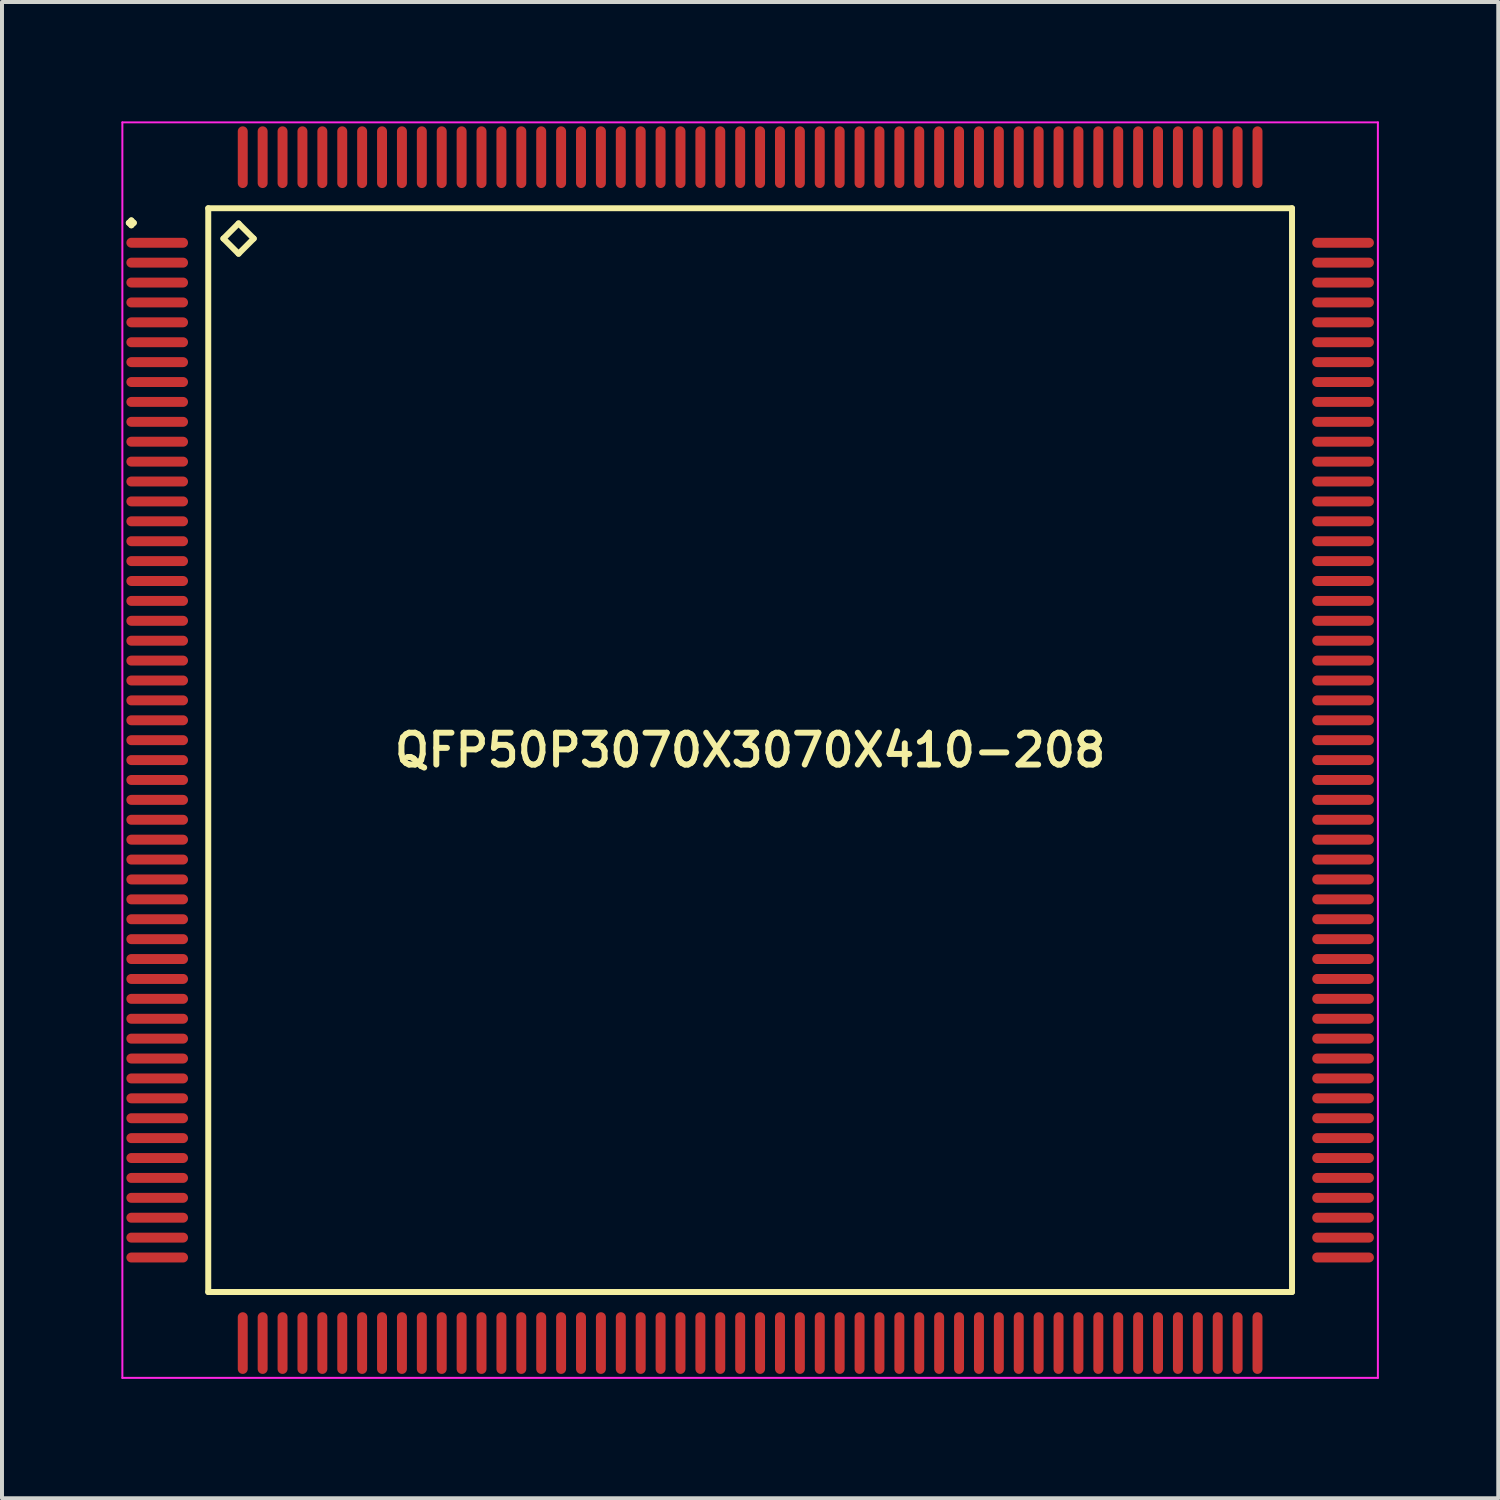
<source format=kicad_pcb>
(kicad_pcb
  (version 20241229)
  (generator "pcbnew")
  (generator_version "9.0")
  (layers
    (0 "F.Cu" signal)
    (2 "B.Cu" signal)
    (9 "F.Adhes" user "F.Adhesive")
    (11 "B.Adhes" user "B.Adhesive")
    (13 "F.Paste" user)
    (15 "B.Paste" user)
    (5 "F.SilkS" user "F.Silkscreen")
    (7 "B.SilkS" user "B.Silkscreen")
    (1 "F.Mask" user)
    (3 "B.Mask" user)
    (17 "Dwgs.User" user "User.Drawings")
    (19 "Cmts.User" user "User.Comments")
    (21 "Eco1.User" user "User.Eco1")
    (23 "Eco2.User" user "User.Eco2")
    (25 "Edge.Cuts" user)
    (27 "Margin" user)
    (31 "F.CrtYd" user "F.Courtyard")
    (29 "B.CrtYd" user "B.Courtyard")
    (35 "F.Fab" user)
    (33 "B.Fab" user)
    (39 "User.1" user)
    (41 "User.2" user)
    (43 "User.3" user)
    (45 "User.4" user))
  (footprint "QFP50P3070X3070X410-208"
    (layer "F.Cu")
    (at 15.8 15.8)
    (property "Reference" "QFP50P3070X3070X410-208" (at 0 0 0) (layer "F.SilkS") (effects (font (size 0.8 0.8) (thickness 0.15))))
    (attr smd)
    (fp_line (start -15.613 -13.25) (end -15.55 -13.312) (stroke (width 0.15) (type solid)) (layer "F.SilkS"))
    (fp_line (start -15.55 -13.312) (end -15.488 -13.25) (stroke (width 0.15) (type solid)) (layer "F.SilkS"))
    (fp_line (start -15.55 -13.188) (end -15.613 -13.25) (stroke (width 0.15) (type solid)) (layer "F.SilkS"))
    (fp_line (start -15.488 -13.25) (end -15.55 -13.188) (stroke (width 0.15) (type solid)) (layer "F.SilkS"))
    (fp_line (start -13.617 -13.617) (end -13.617 13.617) (stroke (width 0.15) (type solid)) (layer "F.SilkS"))
    (fp_line (start -13.617 13.617) (end 13.617 13.617) (stroke (width 0.15) (type solid)) (layer "F.SilkS"))
    (fp_line (start -13.236 -12.855) (end -12.855 -13.236) (stroke (width 0.15) (type solid)) (layer "F.SilkS"))
    (fp_line (start -12.855 -13.236) (end -12.474 -12.855) (stroke (width 0.15) (type solid)) (layer "F.SilkS"))
    (fp_line (start -12.855 -12.474) (end -13.236 -12.855) (stroke (width 0.15) (type solid)) (layer "F.SilkS"))
    (fp_line (start -12.474 -12.855) (end -12.855 -12.474) (stroke (width 0.15) (type solid)) (layer "F.SilkS"))
    (fp_line (start 13.617 -13.617) (end -13.617 -13.617) (stroke (width 0.15) (type solid)) (layer "F.SilkS"))
    (fp_line (start 13.617 13.617) (end 13.617 -13.617) (stroke (width 0.15) (type solid)) (layer "F.SilkS"))
    (fp_line (start -15.775 -15.775) (end 15.775 -15.775) (stroke (width 0.05) (type solid)) (layer "F.CrtYd"))
    (fp_line (start -15.775 15.775) (end -15.775 -15.775) (stroke (width 0.05) (type solid)) (layer "F.CrtYd"))
    (fp_line (start 15.775 -15.775) (end 15.775 15.775) (stroke (width 0.05) (type solid)) (layer "F.CrtYd"))
    (fp_line (start 15.775 15.775) (end -15.775 15.775) (stroke (width 0.05) (type solid)) (layer "F.CrtYd"))
    (pad "1" smd oval (at -14.9 -12.75) (size 1.55 0.25) (layers "F.Cu" "F.Mask" "F.Paste"))
    (pad "2" smd oval (at -14.9 -12.25) (size 1.55 0.25) (layers "F.Cu" "F.Mask" "F.Paste"))
    (pad "3" smd oval (at -14.9 -11.75) (size 1.55 0.25) (layers "F.Cu" "F.Mask" "F.Paste"))
    (pad "4" smd oval (at -14.9 -11.25) (size 1.55 0.25) (layers "F.Cu" "F.Mask" "F.Paste"))
    (pad "5" smd oval (at -14.9 -10.75) (size 1.55 0.25) (layers "F.Cu" "F.Mask" "F.Paste"))
    (pad "6" smd oval (at -14.9 -10.25) (size 1.55 0.25) (layers "F.Cu" "F.Mask" "F.Paste"))
    (pad "7" smd oval (at -14.9 -9.75) (size 1.55 0.25) (layers "F.Cu" "F.Mask" "F.Paste"))
    (pad "8" smd oval (at -14.9 -9.25) (size 1.55 0.25) (layers "F.Cu" "F.Mask" "F.Paste"))
    (pad "9" smd oval (at -14.9 -8.75) (size 1.55 0.25) (layers "F.Cu" "F.Mask" "F.Paste"))
    (pad "10" smd oval (at -14.9 -8.25) (size 1.55 0.25) (layers "F.Cu" "F.Mask" "F.Paste"))
    (pad "11" smd oval (at -14.9 -7.75) (size 1.55 0.25) (layers "F.Cu" "F.Mask" "F.Paste"))
    (pad "12" smd oval (at -14.9 -7.25) (size 1.55 0.25) (layers "F.Cu" "F.Mask" "F.Paste"))
    (pad "13" smd oval (at -14.9 -6.75) (size 1.55 0.25) (layers "F.Cu" "F.Mask" "F.Paste"))
    (pad "14" smd oval (at -14.9 -6.25) (size 1.55 0.25) (layers "F.Cu" "F.Mask" "F.Paste"))
    (pad "15" smd oval (at -14.9 -5.75) (size 1.55 0.25) (layers "F.Cu" "F.Mask" "F.Paste"))
    (pad "16" smd oval (at -14.9 -5.25) (size 1.55 0.25) (layers "F.Cu" "F.Mask" "F.Paste"))
    (pad "17" smd oval (at -14.9 -4.75) (size 1.55 0.25) (layers "F.Cu" "F.Mask" "F.Paste"))
    (pad "18" smd oval (at -14.9 -4.25) (size 1.55 0.25) (layers "F.Cu" "F.Mask" "F.Paste"))
    (pad "19" smd oval (at -14.9 -3.75) (size 1.55 0.25) (layers "F.Cu" "F.Mask" "F.Paste"))
    (pad "20" smd oval (at -14.9 -3.25) (size 1.55 0.25) (layers "F.Cu" "F.Mask" "F.Paste"))
    (pad "21" smd oval (at -14.9 -2.75) (size 1.55 0.25) (layers "F.Cu" "F.Mask" "F.Paste"))
    (pad "22" smd oval (at -14.9 -2.25) (size 1.55 0.25) (layers "F.Cu" "F.Mask" "F.Paste"))
    (pad "23" smd oval (at -14.9 -1.75) (size 1.55 0.25) (layers "F.Cu" "F.Mask" "F.Paste"))
    (pad "24" smd oval (at -14.9 -1.25) (size 1.55 0.25) (layers "F.Cu" "F.Mask" "F.Paste"))
    (pad "25" smd oval (at -14.9 -0.75) (size 1.55 0.25) (layers "F.Cu" "F.Mask" "F.Paste"))
    (pad "26" smd oval (at -14.9 -0.25) (size 1.55 0.25) (layers "F.Cu" "F.Mask" "F.Paste"))
    (pad "27" smd oval (at -14.9 0.25) (size 1.55 0.25) (layers "F.Cu" "F.Mask" "F.Paste"))
    (pad "28" smd oval (at -14.9 0.75) (size 1.55 0.25) (layers "F.Cu" "F.Mask" "F.Paste"))
    (pad "29" smd oval (at -14.9 1.25) (size 1.55 0.25) (layers "F.Cu" "F.Mask" "F.Paste"))
    (pad "30" smd oval (at -14.9 1.75) (size 1.55 0.25) (layers "F.Cu" "F.Mask" "F.Paste"))
    (pad "31" smd oval (at -14.9 2.25) (size 1.55 0.25) (layers "F.Cu" "F.Mask" "F.Paste"))
    (pad "32" smd oval (at -14.9 2.75) (size 1.55 0.25) (layers "F.Cu" "F.Mask" "F.Paste"))
    (pad "33" smd oval (at -14.9 3.25) (size 1.55 0.25) (layers "F.Cu" "F.Mask" "F.Paste"))
    (pad "34" smd oval (at -14.9 3.75) (size 1.55 0.25) (layers "F.Cu" "F.Mask" "F.Paste"))
    (pad "35" smd oval (at -14.9 4.25) (size 1.55 0.25) (layers "F.Cu" "F.Mask" "F.Paste"))
    (pad "36" smd oval (at -14.9 4.75) (size 1.55 0.25) (layers "F.Cu" "F.Mask" "F.Paste"))
    (pad "37" smd oval (at -14.9 5.25) (size 1.55 0.25) (layers "F.Cu" "F.Mask" "F.Paste"))
    (pad "38" smd oval (at -14.9 5.75) (size 1.55 0.25) (layers "F.Cu" "F.Mask" "F.Paste"))
    (pad "39" smd oval (at -14.9 6.25) (size 1.55 0.25) (layers "F.Cu" "F.Mask" "F.Paste"))
    (pad "40" smd oval (at -14.9 6.75) (size 1.55 0.25) (layers "F.Cu" "F.Mask" "F.Paste"))
    (pad "41" smd oval (at -14.9 7.25) (size 1.55 0.25) (layers "F.Cu" "F.Mask" "F.Paste"))
    (pad "42" smd oval (at -14.9 7.75) (size 1.55 0.25) (layers "F.Cu" "F.Mask" "F.Paste"))
    (pad "43" smd oval (at -14.9 8.25) (size 1.55 0.25) (layers "F.Cu" "F.Mask" "F.Paste"))
    (pad "44" smd oval (at -14.9 8.75) (size 1.55 0.25) (layers "F.Cu" "F.Mask" "F.Paste"))
    (pad "45" smd oval (at -14.9 9.25) (size 1.55 0.25) (layers "F.Cu" "F.Mask" "F.Paste"))
    (pad "46" smd oval (at -14.9 9.75) (size 1.55 0.25) (layers "F.Cu" "F.Mask" "F.Paste"))
    (pad "47" smd oval (at -14.9 10.25) (size 1.55 0.25) (layers "F.Cu" "F.Mask" "F.Paste"))
    (pad "48" smd oval (at -14.9 10.75) (size 1.55 0.25) (layers "F.Cu" "F.Mask" "F.Paste"))
    (pad "49" smd oval (at -14.9 11.25) (size 1.55 0.25) (layers "F.Cu" "F.Mask" "F.Paste"))
    (pad "50" smd oval (at -14.9 11.75) (size 1.55 0.25) (layers "F.Cu" "F.Mask" "F.Paste"))
    (pad "51" smd oval (at -14.9 12.25) (size 1.55 0.25) (layers "F.Cu" "F.Mask" "F.Paste"))
    (pad "52" smd oval (at -14.9 12.75) (size 1.55 0.25) (layers "F.Cu" "F.Mask" "F.Paste"))
    (pad "53" smd oval (at -12.75 14.9) (size 0.25 1.55) (layers "F.Cu" "F.Mask" "F.Paste"))
    (pad "54" smd oval (at -12.25 14.9) (size 0.25 1.55) (layers "F.Cu" "F.Mask" "F.Paste"))
    (pad "55" smd oval (at -11.75 14.9) (size 0.25 1.55) (layers "F.Cu" "F.Mask" "F.Paste"))
    (pad "56" smd oval (at -11.25 14.9) (size 0.25 1.55) (layers "F.Cu" "F.Mask" "F.Paste"))
    (pad "57" smd oval (at -10.75 14.9) (size 0.25 1.55) (layers "F.Cu" "F.Mask" "F.Paste"))
    (pad "58" smd oval (at -10.25 14.9) (size 0.25 1.55) (layers "F.Cu" "F.Mask" "F.Paste"))
    (pad "59" smd oval (at -9.75 14.9) (size 0.25 1.55) (layers "F.Cu" "F.Mask" "F.Paste"))
    (pad "60" smd oval (at -9.25 14.9) (size 0.25 1.55) (layers "F.Cu" "F.Mask" "F.Paste"))
    (pad "61" smd oval (at -8.75 14.9) (size 0.25 1.55) (layers "F.Cu" "F.Mask" "F.Paste"))
    (pad "62" smd oval (at -8.25 14.9) (size 0.25 1.55) (layers "F.Cu" "F.Mask" "F.Paste"))
    (pad "63" smd oval (at -7.75 14.9) (size 0.25 1.55) (layers "F.Cu" "F.Mask" "F.Paste"))
    (pad "64" smd oval (at -7.25 14.9) (size 0.25 1.55) (layers "F.Cu" "F.Mask" "F.Paste"))
    (pad "65" smd oval (at -6.75 14.9) (size 0.25 1.55) (layers "F.Cu" "F.Mask" "F.Paste"))
    (pad "66" smd oval (at -6.25 14.9) (size 0.25 1.55) (layers "F.Cu" "F.Mask" "F.Paste"))
    (pad "67" smd oval (at -5.75 14.9) (size 0.25 1.55) (layers "F.Cu" "F.Mask" "F.Paste"))
    (pad "68" smd oval (at -5.25 14.9) (size 0.25 1.55) (layers "F.Cu" "F.Mask" "F.Paste"))
    (pad "69" smd oval (at -4.75 14.9) (size 0.25 1.55) (layers "F.Cu" "F.Mask" "F.Paste"))
    (pad "70" smd oval (at -4.25 14.9) (size 0.25 1.55) (layers "F.Cu" "F.Mask" "F.Paste"))
    (pad "71" smd oval (at -3.75 14.9) (size 0.25 1.55) (layers "F.Cu" "F.Mask" "F.Paste"))
    (pad "72" smd oval (at -3.25 14.9) (size 0.25 1.55) (layers "F.Cu" "F.Mask" "F.Paste"))
    (pad "73" smd oval (at -2.75 14.9) (size 0.25 1.55) (layers "F.Cu" "F.Mask" "F.Paste"))
    (pad "74" smd oval (at -2.25 14.9) (size 0.25 1.55) (layers "F.Cu" "F.Mask" "F.Paste"))
    (pad "75" smd oval (at -1.75 14.9) (size 0.25 1.55) (layers "F.Cu" "F.Mask" "F.Paste"))
    (pad "76" smd oval (at -1.25 14.9) (size 0.25 1.55) (layers "F.Cu" "F.Mask" "F.Paste"))
    (pad "77" smd oval (at -0.75 14.9) (size 0.25 1.55) (layers "F.Cu" "F.Mask" "F.Paste"))
    (pad "78" smd oval (at -0.25 14.9) (size 0.25 1.55) (layers "F.Cu" "F.Mask" "F.Paste"))
    (pad "79" smd oval (at 0.25 14.9) (size 0.25 1.55) (layers "F.Cu" "F.Mask" "F.Paste"))
    (pad "80" smd oval (at 0.75 14.9) (size 0.25 1.55) (layers "F.Cu" "F.Mask" "F.Paste"))
    (pad "81" smd oval (at 1.25 14.9) (size 0.25 1.55) (layers "F.Cu" "F.Mask" "F.Paste"))
    (pad "82" smd oval (at 1.75 14.9) (size 0.25 1.55) (layers "F.Cu" "F.Mask" "F.Paste"))
    (pad "83" smd oval (at 2.25 14.9) (size 0.25 1.55) (layers "F.Cu" "F.Mask" "F.Paste"))
    (pad "84" smd oval (at 2.75 14.9) (size 0.25 1.55) (layers "F.Cu" "F.Mask" "F.Paste"))
    (pad "85" smd oval (at 3.25 14.9) (size 0.25 1.55) (layers "F.Cu" "F.Mask" "F.Paste"))
    (pad "86" smd oval (at 3.75 14.9) (size 0.25 1.55) (layers "F.Cu" "F.Mask" "F.Paste"))
    (pad "87" smd oval (at 4.25 14.9) (size 0.25 1.55) (layers "F.Cu" "F.Mask" "F.Paste"))
    (pad "88" smd oval (at 4.75 14.9) (size 0.25 1.55) (layers "F.Cu" "F.Mask" "F.Paste"))
    (pad "89" smd oval (at 5.25 14.9) (size 0.25 1.55) (layers "F.Cu" "F.Mask" "F.Paste"))
    (pad "90" smd oval (at 5.75 14.9) (size 0.25 1.55) (layers "F.Cu" "F.Mask" "F.Paste"))
    (pad "91" smd oval (at 6.25 14.9) (size 0.25 1.55) (layers "F.Cu" "F.Mask" "F.Paste"))
    (pad "92" smd oval (at 6.75 14.9) (size 0.25 1.55) (layers "F.Cu" "F.Mask" "F.Paste"))
    (pad "93" smd oval (at 7.25 14.9) (size 0.25 1.55) (layers "F.Cu" "F.Mask" "F.Paste"))
    (pad "94" smd oval (at 7.75 14.9) (size 0.25 1.55) (layers "F.Cu" "F.Mask" "F.Paste"))
    (pad "95" smd oval (at 8.25 14.9) (size 0.25 1.55) (layers "F.Cu" "F.Mask" "F.Paste"))
    (pad "96" smd oval (at 8.75 14.9) (size 0.25 1.55) (layers "F.Cu" "F.Mask" "F.Paste"))
    (pad "97" smd oval (at 9.25 14.9) (size 0.25 1.55) (layers "F.Cu" "F.Mask" "F.Paste"))
    (pad "98" smd oval (at 9.75 14.9) (size 0.25 1.55) (layers "F.Cu" "F.Mask" "F.Paste"))
    (pad "99" smd oval (at 10.25 14.9) (size 0.25 1.55) (layers "F.Cu" "F.Mask" "F.Paste"))
    (pad "100" smd oval (at 10.75 14.9) (size 0.25 1.55) (layers "F.Cu" "F.Mask" "F.Paste"))
    (pad "101" smd oval (at 11.25 14.9) (size 0.25 1.55) (layers "F.Cu" "F.Mask" "F.Paste"))
    (pad "102" smd oval (at 11.75 14.9) (size 0.25 1.55) (layers "F.Cu" "F.Mask" "F.Paste"))
    (pad "103" smd oval (at 12.25 14.9) (size 0.25 1.55) (layers "F.Cu" "F.Mask" "F.Paste"))
    (pad "104" smd oval (at 12.75 14.9) (size 0.25 1.55) (layers "F.Cu" "F.Mask" "F.Paste"))
    (pad "105" smd oval (at 14.9 12.75) (size 1.55 0.25) (layers "F.Cu" "F.Mask" "F.Paste"))
    (pad "106" smd oval (at 14.9 12.25) (size 1.55 0.25) (layers "F.Cu" "F.Mask" "F.Paste"))
    (pad "107" smd oval (at 14.9 11.75) (size 1.55 0.25) (layers "F.Cu" "F.Mask" "F.Paste"))
    (pad "108" smd oval (at 14.9 11.25) (size 1.55 0.25) (layers "F.Cu" "F.Mask" "F.Paste"))
    (pad "109" smd oval (at 14.9 10.75) (size 1.55 0.25) (layers "F.Cu" "F.Mask" "F.Paste"))
    (pad "110" smd oval (at 14.9 10.25) (size 1.55 0.25) (layers "F.Cu" "F.Mask" "F.Paste"))
    (pad "111" smd oval (at 14.9 9.75) (size 1.55 0.25) (layers "F.Cu" "F.Mask" "F.Paste"))
    (pad "112" smd oval (at 14.9 9.25) (size 1.55 0.25) (layers "F.Cu" "F.Mask" "F.Paste"))
    (pad "113" smd oval (at 14.9 8.75) (size 1.55 0.25) (layers "F.Cu" "F.Mask" "F.Paste"))
    (pad "114" smd oval (at 14.9 8.25) (size 1.55 0.25) (layers "F.Cu" "F.Mask" "F.Paste"))
    (pad "115" smd oval (at 14.9 7.75) (size 1.55 0.25) (layers "F.Cu" "F.Mask" "F.Paste"))
    (pad "116" smd oval (at 14.9 7.25) (size 1.55 0.25) (layers "F.Cu" "F.Mask" "F.Paste"))
    (pad "117" smd oval (at 14.9 6.75) (size 1.55 0.25) (layers "F.Cu" "F.Mask" "F.Paste"))
    (pad "118" smd oval (at 14.9 6.25) (size 1.55 0.25) (layers "F.Cu" "F.Mask" "F.Paste"))
    (pad "119" smd oval (at 14.9 5.75) (size 1.55 0.25) (layers "F.Cu" "F.Mask" "F.Paste"))
    (pad "120" smd oval (at 14.9 5.25) (size 1.55 0.25) (layers "F.Cu" "F.Mask" "F.Paste"))
    (pad "121" smd oval (at 14.9 4.75) (size 1.55 0.25) (layers "F.Cu" "F.Mask" "F.Paste"))
    (pad "122" smd oval (at 14.9 4.25) (size 1.55 0.25) (layers "F.Cu" "F.Mask" "F.Paste"))
    (pad "123" smd oval (at 14.9 3.75) (size 1.55 0.25) (layers "F.Cu" "F.Mask" "F.Paste"))
    (pad "124" smd oval (at 14.9 3.25) (size 1.55 0.25) (layers "F.Cu" "F.Mask" "F.Paste"))
    (pad "125" smd oval (at 14.9 2.75) (size 1.55 0.25) (layers "F.Cu" "F.Mask" "F.Paste"))
    (pad "126" smd oval (at 14.9 2.25) (size 1.55 0.25) (layers "F.Cu" "F.Mask" "F.Paste"))
    (pad "127" smd oval (at 14.9 1.75) (size 1.55 0.25) (layers "F.Cu" "F.Mask" "F.Paste"))
    (pad "128" smd oval (at 14.9 1.25) (size 1.55 0.25) (layers "F.Cu" "F.Mask" "F.Paste"))
    (pad "129" smd oval (at 14.9 0.75) (size 1.55 0.25) (layers "F.Cu" "F.Mask" "F.Paste"))
    (pad "130" smd oval (at 14.9 0.25) (size 1.55 0.25) (layers "F.Cu" "F.Mask" "F.Paste"))
    (pad "131" smd oval (at 14.9 -0.25) (size 1.55 0.25) (layers "F.Cu" "F.Mask" "F.Paste"))
    (pad "132" smd oval (at 14.9 -0.75) (size 1.55 0.25) (layers "F.Cu" "F.Mask" "F.Paste"))
    (pad "133" smd oval (at 14.9 -1.25) (size 1.55 0.25) (layers "F.Cu" "F.Mask" "F.Paste"))
    (pad "134" smd oval (at 14.9 -1.75) (size 1.55 0.25) (layers "F.Cu" "F.Mask" "F.Paste"))
    (pad "135" smd oval (at 14.9 -2.25) (size 1.55 0.25) (layers "F.Cu" "F.Mask" "F.Paste"))
    (pad "136" smd oval (at 14.9 -2.75) (size 1.55 0.25) (layers "F.Cu" "F.Mask" "F.Paste"))
    (pad "137" smd oval (at 14.9 -3.25) (size 1.55 0.25) (layers "F.Cu" "F.Mask" "F.Paste"))
    (pad "138" smd oval (at 14.9 -3.75) (size 1.55 0.25) (layers "F.Cu" "F.Mask" "F.Paste"))
    (pad "139" smd oval (at 14.9 -4.25) (size 1.55 0.25) (layers "F.Cu" "F.Mask" "F.Paste"))
    (pad "140" smd oval (at 14.9 -4.75) (size 1.55 0.25) (layers "F.Cu" "F.Mask" "F.Paste"))
    (pad "141" smd oval (at 14.9 -5.25) (size 1.55 0.25) (layers "F.Cu" "F.Mask" "F.Paste"))
    (pad "142" smd oval (at 14.9 -5.75) (size 1.55 0.25) (layers "F.Cu" "F.Mask" "F.Paste"))
    (pad "143" smd oval (at 14.9 -6.25) (size 1.55 0.25) (layers "F.Cu" "F.Mask" "F.Paste"))
    (pad "144" smd oval (at 14.9 -6.75) (size 1.55 0.25) (layers "F.Cu" "F.Mask" "F.Paste"))
    (pad "145" smd oval (at 14.9 -7.25) (size 1.55 0.25) (layers "F.Cu" "F.Mask" "F.Paste"))
    (pad "146" smd oval (at 14.9 -7.75) (size 1.55 0.25) (layers "F.Cu" "F.Mask" "F.Paste"))
    (pad "147" smd oval (at 14.9 -8.25) (size 1.55 0.25) (layers "F.Cu" "F.Mask" "F.Paste"))
    (pad "148" smd oval (at 14.9 -8.75) (size 1.55 0.25) (layers "F.Cu" "F.Mask" "F.Paste"))
    (pad "149" smd oval (at 14.9 -9.25) (size 1.55 0.25) (layers "F.Cu" "F.Mask" "F.Paste"))
    (pad "150" smd oval (at 14.9 -9.75) (size 1.55 0.25) (layers "F.Cu" "F.Mask" "F.Paste"))
    (pad "151" smd oval (at 14.9 -10.25) (size 1.55 0.25) (layers "F.Cu" "F.Mask" "F.Paste"))
    (pad "152" smd oval (at 14.9 -10.75) (size 1.55 0.25) (layers "F.Cu" "F.Mask" "F.Paste"))
    (pad "153" smd oval (at 14.9 -11.25) (size 1.55 0.25) (layers "F.Cu" "F.Mask" "F.Paste"))
    (pad "154" smd oval (at 14.9 -11.75) (size 1.55 0.25) (layers "F.Cu" "F.Mask" "F.Paste"))
    (pad "155" smd oval (at 14.9 -12.25) (size 1.55 0.25) (layers "F.Cu" "F.Mask" "F.Paste"))
    (pad "156" smd oval (at 14.9 -12.75) (size 1.55 0.25) (layers "F.Cu" "F.Mask" "F.Paste"))
    (pad "157" smd oval (at 12.75 -14.9) (size 0.25 1.55) (layers "F.Cu" "F.Mask" "F.Paste"))
    (pad "158" smd oval (at 12.25 -14.9) (size 0.25 1.55) (layers "F.Cu" "F.Mask" "F.Paste"))
    (pad "159" smd oval (at 11.75 -14.9) (size 0.25 1.55) (layers "F.Cu" "F.Mask" "F.Paste"))
    (pad "160" smd oval (at 11.25 -14.9) (size 0.25 1.55) (layers "F.Cu" "F.Mask" "F.Paste"))
    (pad "161" smd oval (at 10.75 -14.9) (size 0.25 1.55) (layers "F.Cu" "F.Mask" "F.Paste"))
    (pad "162" smd oval (at 10.25 -14.9) (size 0.25 1.55) (layers "F.Cu" "F.Mask" "F.Paste"))
    (pad "163" smd oval (at 9.75 -14.9) (size 0.25 1.55) (layers "F.Cu" "F.Mask" "F.Paste"))
    (pad "164" smd oval (at 9.25 -14.9) (size 0.25 1.55) (layers "F.Cu" "F.Mask" "F.Paste"))
    (pad "165" smd oval (at 8.75 -14.9) (size 0.25 1.55) (layers "F.Cu" "F.Mask" "F.Paste"))
    (pad "166" smd oval (at 8.25 -14.9) (size 0.25 1.55) (layers "F.Cu" "F.Mask" "F.Paste"))
    (pad "167" smd oval (at 7.75 -14.9) (size 0.25 1.55) (layers "F.Cu" "F.Mask" "F.Paste"))
    (pad "168" smd oval (at 7.25 -14.9) (size 0.25 1.55) (layers "F.Cu" "F.Mask" "F.Paste"))
    (pad "169" smd oval (at 6.75 -14.9) (size 0.25 1.55) (layers "F.Cu" "F.Mask" "F.Paste"))
    (pad "170" smd oval (at 6.25 -14.9) (size 0.25 1.55) (layers "F.Cu" "F.Mask" "F.Paste"))
    (pad "171" smd oval (at 5.75 -14.9) (size 0.25 1.55) (layers "F.Cu" "F.Mask" "F.Paste"))
    (pad "172" smd oval (at 5.25 -14.9) (size 0.25 1.55) (layers "F.Cu" "F.Mask" "F.Paste"))
    (pad "173" smd oval (at 4.75 -14.9) (size 0.25 1.55) (layers "F.Cu" "F.Mask" "F.Paste"))
    (pad "174" smd oval (at 4.25 -14.9) (size 0.25 1.55) (layers "F.Cu" "F.Mask" "F.Paste"))
    (pad "175" smd oval (at 3.75 -14.9) (size 0.25 1.55) (layers "F.Cu" "F.Mask" "F.Paste"))
    (pad "176" smd oval (at 3.25 -14.9) (size 0.25 1.55) (layers "F.Cu" "F.Mask" "F.Paste"))
    (pad "177" smd oval (at 2.75 -14.9) (size 0.25 1.55) (layers "F.Cu" "F.Mask" "F.Paste"))
    (pad "178" smd oval (at 2.25 -14.9) (size 0.25 1.55) (layers "F.Cu" "F.Mask" "F.Paste"))
    (pad "179" smd oval (at 1.75 -14.9) (size 0.25 1.55) (layers "F.Cu" "F.Mask" "F.Paste"))
    (pad "180" smd oval (at 1.25 -14.9) (size 0.25 1.55) (layers "F.Cu" "F.Mask" "F.Paste"))
    (pad "181" smd oval (at 0.75 -14.9) (size 0.25 1.55) (layers "F.Cu" "F.Mask" "F.Paste"))
    (pad "182" smd oval (at 0.25 -14.9) (size 0.25 1.55) (layers "F.Cu" "F.Mask" "F.Paste"))
    (pad "183" smd oval (at -0.25 -14.9) (size 0.25 1.55) (layers "F.Cu" "F.Mask" "F.Paste"))
    (pad "184" smd oval (at -0.75 -14.9) (size 0.25 1.55) (layers "F.Cu" "F.Mask" "F.Paste"))
    (pad "185" smd oval (at -1.25 -14.9) (size 0.25 1.55) (layers "F.Cu" "F.Mask" "F.Paste"))
    (pad "186" smd oval (at -1.75 -14.9) (size 0.25 1.55) (layers "F.Cu" "F.Mask" "F.Paste"))
    (pad "187" smd oval (at -2.25 -14.9) (size 0.25 1.55) (layers "F.Cu" "F.Mask" "F.Paste"))
    (pad "188" smd oval (at -2.75 -14.9) (size 0.25 1.55) (layers "F.Cu" "F.Mask" "F.Paste"))
    (pad "189" smd oval (at -3.25 -14.9) (size 0.25 1.55) (layers "F.Cu" "F.Mask" "F.Paste"))
    (pad "190" smd oval (at -3.75 -14.9) (size 0.25 1.55) (layers "F.Cu" "F.Mask" "F.Paste"))
    (pad "191" smd oval (at -4.25 -14.9) (size 0.25 1.55) (layers "F.Cu" "F.Mask" "F.Paste"))
    (pad "192" smd oval (at -4.75 -14.9) (size 0.25 1.55) (layers "F.Cu" "F.Mask" "F.Paste"))
    (pad "193" smd oval (at -5.25 -14.9) (size 0.25 1.55) (layers "F.Cu" "F.Mask" "F.Paste"))
    (pad "194" smd oval (at -5.75 -14.9) (size 0.25 1.55) (layers "F.Cu" "F.Mask" "F.Paste"))
    (pad "195" smd oval (at -6.25 -14.9) (size 0.25 1.55) (layers "F.Cu" "F.Mask" "F.Paste"))
    (pad "196" smd oval (at -6.75 -14.9) (size 0.25 1.55) (layers "F.Cu" "F.Mask" "F.Paste"))
    (pad "197" smd oval (at -7.25 -14.9) (size 0.25 1.55) (layers "F.Cu" "F.Mask" "F.Paste"))
    (pad "198" smd oval (at -7.75 -14.9) (size 0.25 1.55) (layers "F.Cu" "F.Mask" "F.Paste"))
    (pad "199" smd oval (at -8.25 -14.9) (size 0.25 1.55) (layers "F.Cu" "F.Mask" "F.Paste"))
    (pad "200" smd oval (at -8.75 -14.9) (size 0.25 1.55) (layers "F.Cu" "F.Mask" "F.Paste"))
    (pad "201" smd oval (at -9.25 -14.9) (size 0.25 1.55) (layers "F.Cu" "F.Mask" "F.Paste"))
    (pad "202" smd oval (at -9.75 -14.9) (size 0.25 1.55) (layers "F.Cu" "F.Mask" "F.Paste"))
    (pad "203" smd oval (at -10.25 -14.9) (size 0.25 1.55) (layers "F.Cu" "F.Mask" "F.Paste"))
    (pad "204" smd oval (at -10.75 -14.9) (size 0.25 1.55) (layers "F.Cu" "F.Mask" "F.Paste"))
    (pad "205" smd oval (at -11.25 -14.9) (size 0.25 1.55) (layers "F.Cu" "F.Mask" "F.Paste"))
    (pad "206" smd oval (at -11.75 -14.9) (size 0.25 1.55) (layers "F.Cu" "F.Mask" "F.Paste"))
    (pad "207" smd oval (at -12.25 -14.9) (size 0.25 1.55) (layers "F.Cu" "F.Mask" "F.Paste"))
    (pad "208" smd oval (at -12.75 -14.9) (size 0.25 1.55) (layers "F.Cu" "F.Mask" "F.Paste")))
  (gr_rect
    (start -3 -3)
    (end 34.6 34.6)
    (stroke (width 0.1) (type default))
    (fill no)
    (layer "Edge.Cuts")))
</source>
